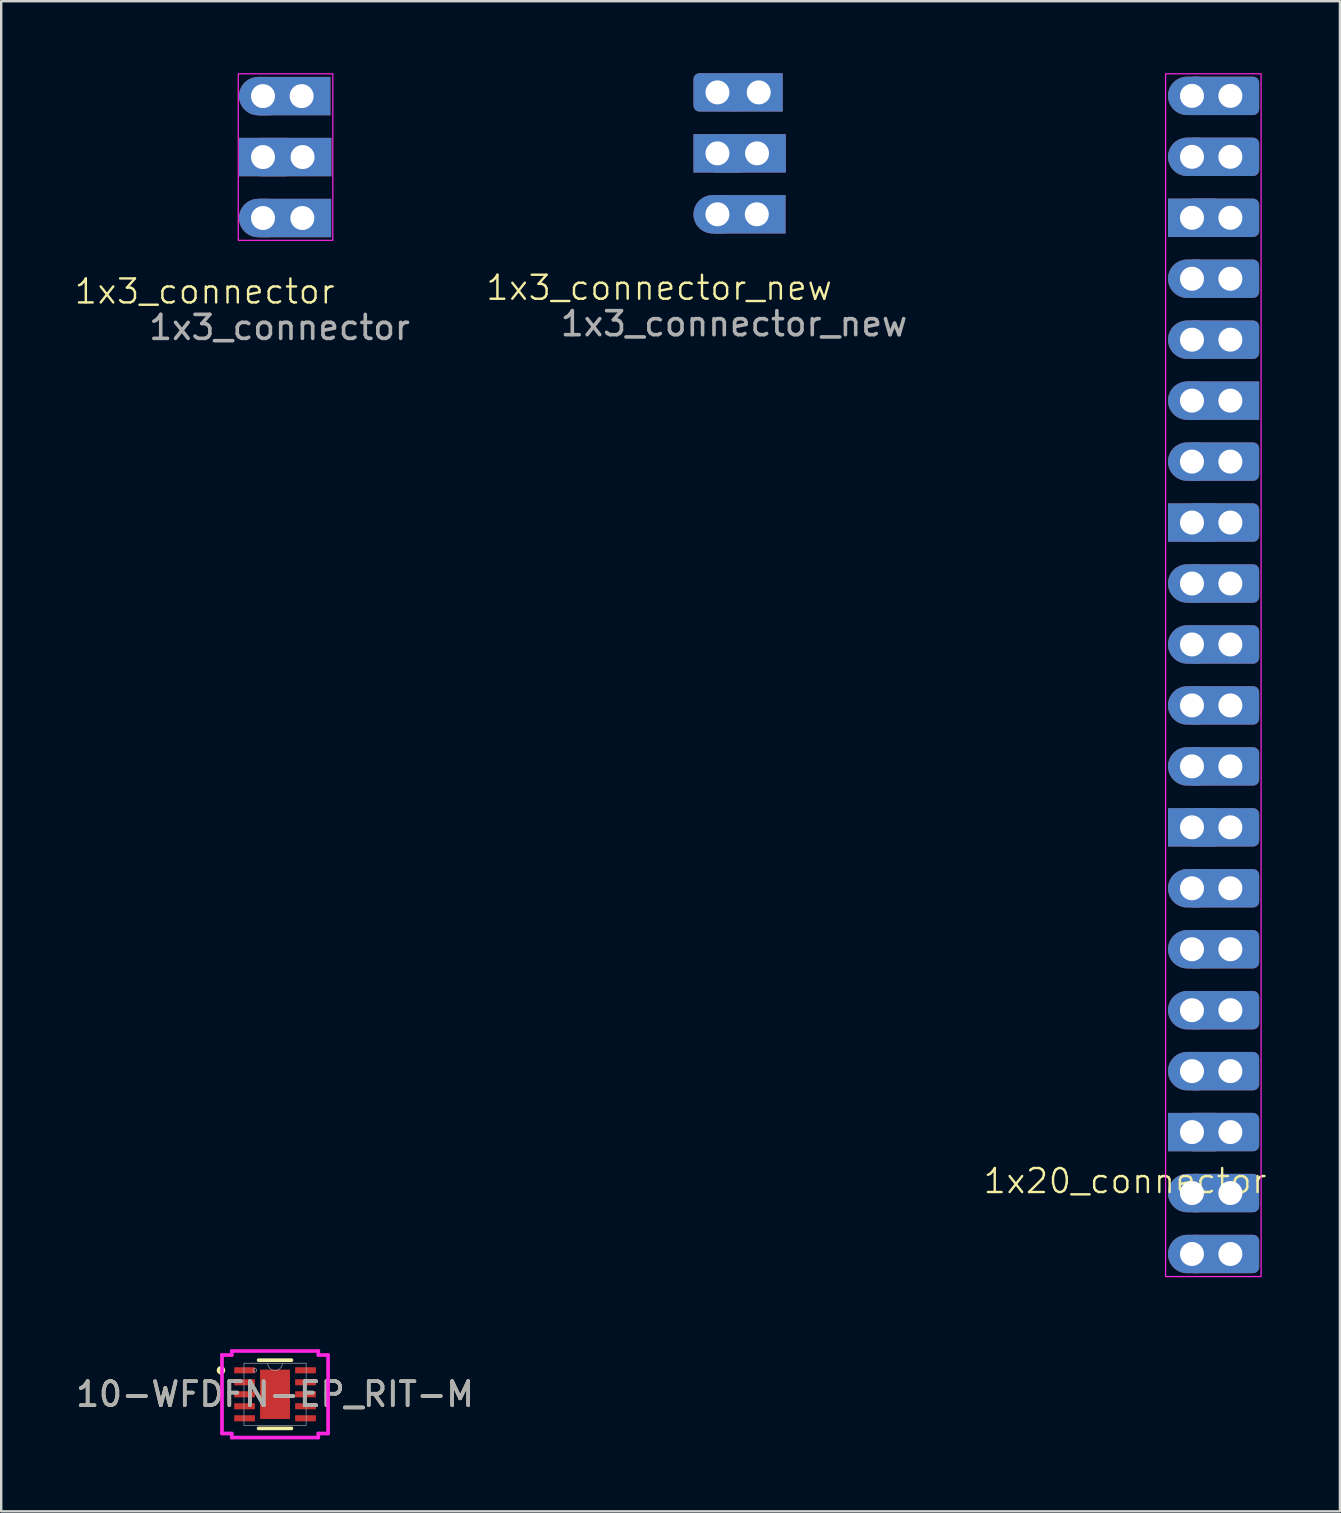
<source format=kicad_pcb>
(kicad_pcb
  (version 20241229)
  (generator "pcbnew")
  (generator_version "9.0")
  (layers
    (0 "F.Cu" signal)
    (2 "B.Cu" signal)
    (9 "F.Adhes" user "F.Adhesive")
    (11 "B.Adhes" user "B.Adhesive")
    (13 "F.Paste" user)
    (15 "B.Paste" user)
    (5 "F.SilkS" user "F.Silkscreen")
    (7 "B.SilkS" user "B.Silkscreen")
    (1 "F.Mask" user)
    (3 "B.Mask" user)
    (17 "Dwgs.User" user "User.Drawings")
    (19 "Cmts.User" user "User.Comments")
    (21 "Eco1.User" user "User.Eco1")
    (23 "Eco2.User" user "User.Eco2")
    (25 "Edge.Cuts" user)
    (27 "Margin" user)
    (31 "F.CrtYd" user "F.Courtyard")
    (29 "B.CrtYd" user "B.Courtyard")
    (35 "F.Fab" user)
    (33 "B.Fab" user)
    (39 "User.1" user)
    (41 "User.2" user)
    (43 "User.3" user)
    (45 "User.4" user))
  (footprint "1x3_connector_new"
    (layer "F.Cu")
    (at 26.846 3.34)
    (property "Reference" "1x3_connector_new" (at -2.43 5.6 0) (unlocked yes) (layer "F.SilkS") (effects (font (size 1 1) (thickness 0.1))))
    (attr through_hole)
    (fp_text user "${REFERENCE}" (at 0.69 7.1 0) (unlocked yes) (layer "F.Fab") (effects (font (size 1 1) (thickness 0.15))))
    (pad "1" thru_hole roundrect (at 0 -2.54) (size 2 1.6) (drill 1) (layers "*.Cu" "*.Mask") (roundrect_rratio 0.156))
    (pad "1" thru_hole rect (at 1.72 -2.54) (size 2 1.6) (drill 1) (property pad_prop_castellated) (layers "*.Cu" "*.Mask"))
    (pad "2" thru_hole rect (at 0 0) (size 2 1.6) (drill 1) (layers "*.Cu" "*.Mask"))
    (pad "2" thru_hole custom (at 1.65 0) (size 3 1.6) (drill 1 (offset -0.3 0)) (property pad_prop_castellated) (layers "*.Cu" "*.Mask") (options (anchor rect)) (primitives))
    (pad "3" thru_hole oval (at 0 2.54) (size 2 1.6) (drill 1) (layers "*.Cu" "*.Mask"))
    (pad "3" thru_hole custom (at 1.64 2.54) (size 3 1.6) (drill 1 (offset -0.3 0)) (property pad_prop_castellated) (layers "*.Cu" "*.Mask") (options (anchor rect)) (primitives)))
  (footprint "1x3_connector"
    (layer "F.Cu")
    (at 7.909 3.495)
    (property "Reference" "1x3_connector" (at -2.43 5.6 0) (unlocked yes) (layer "F.SilkS") (effects (font (size 1 1) (thickness 0.1))))
    (attr through_hole)
    (fp_rect (start -1.03 -3.47) (end 2.91 3.47) (stroke (width 0.05) (type default)) (fill no) (layer "F.CrtYd"))
    (fp_text user "${REFERENCE}" (at 0.69 7.1 0) (unlocked yes) (layer "F.Fab") (effects (font (size 1 1) (thickness 0.15))))
    (pad "1" thru_hole oval (at 0 -2.54) (size 2 1.6) (drill 1) (layers "*.Cu" "*.Mask"))
    (pad "1" thru_hole custom (at 1.61 -2.54) (size 3 1.6) (drill 1 (offset -0.3 0)) (property pad_prop_castellated) (layers "*.Cu" "*.Mask") (options (anchor rect)) (primitives))
    (pad "2" thru_hole rect (at 0 0) (size 2 1.6) (drill 1) (layers "*.Cu" "*.Mask"))
    (pad "2" thru_hole custom (at 1.65 0) (size 3 1.6) (drill 1 (offset -0.3 0)) (property pad_prop_castellated) (layers "*.Cu" "*.Mask") (options (anchor rect)) (primitives))
    (pad "3" thru_hole oval (at 0 2.54) (size 2 1.6) (drill 1) (layers "*.Cu" "*.Mask"))
    (pad "3" thru_hole custom (at 1.64 2.54) (size 3 1.6) (drill 1 (offset -0.3 0)) (property pad_prop_castellated) (layers "*.Cu" "*.Mask") (options (anchor rect)) (primitives)))
  (footprint "10-WFDFN-EP_RIT-M"
    (layer "F.Cu")
    (at 8.411 55.05)
    (property "Reference" "10-WFDFN-EP_RIT-M" (at 0 0 0) (unlocked yes) (layer "F.SilkS") (effects (font (size 1 1) (thickness 0.15))))
    (attr smd)
    (fp_line (start -0.685 1.422) (end 0.685 1.422) (stroke (width 0.152) (type solid)) (layer "F.SilkS"))
    (fp_line (start 0.685 -1.422) (end -0.685 -1.422) (stroke (width 0.152) (type solid)) (layer "F.SilkS"))
    (fp_circle (center -2.253 -1) (end -2.151 -1) (stroke (width 0.152) (type solid)) (fill no) (layer "F.SilkS"))
    (fp_line (start -2.21 -1.635) (end -1.803 -1.635) (stroke (width 0.152) (type solid)) (layer "F.CrtYd"))
    (fp_line (start -2.21 1.635) (end -2.21 -1.635) (stroke (width 0.152) (type solid)) (layer "F.CrtYd"))
    (fp_line (start -2.21 1.635) (end -1.803 1.635) (stroke (width 0.152) (type solid)) (layer "F.CrtYd"))
    (fp_line (start -1.803 -1.803) (end 1.803 -1.803) (stroke (width 0.152) (type solid)) (layer "F.CrtYd"))
    (fp_line (start -1.803 -1.635) (end -1.803 -1.803) (stroke (width 0.152) (type solid)) (layer "F.CrtYd"))
    (fp_line (start -1.803 1.803) (end -1.803 1.635) (stroke (width 0.152) (type solid)) (layer "F.CrtYd"))
    (fp_line (start 1.803 -1.803) (end 1.803 -1.635) (stroke (width 0.152) (type solid)) (layer "F.CrtYd"))
    (fp_line (start 1.803 1.635) (end 1.803 1.803) (stroke (width 0.152) (type solid)) (layer "F.CrtYd"))
    (fp_line (start 1.803 1.803) (end -1.803 1.803) (stroke (width 0.152) (type solid)) (layer "F.CrtYd"))
    (fp_line (start 2.21 -1.635) (end 1.803 -1.635) (stroke (width 0.152) (type solid)) (layer "F.CrtYd"))
    (fp_line (start 2.21 -1.635) (end 2.21 1.635) (stroke (width 0.152) (type solid)) (layer "F.CrtYd"))
    (fp_line (start 2.21 1.635) (end 1.803 1.635) (stroke (width 0.152) (type solid)) (layer "F.CrtYd"))
    (fp_line (start -1.295 -1.295) (end -1.295 1.295) (stroke (width 0.025) (type solid)) (layer "F.Fab"))
    (fp_line (start -1.295 1.295) (end 1.295 1.295) (stroke (width 0.025) (type solid)) (layer "F.Fab"))
    (fp_line (start 1.295 -1.295) (end -1.295 -1.295) (stroke (width 0.025) (type solid)) (layer "F.Fab"))
    (fp_line (start 1.295 1.295) (end 1.295 -1.295) (stroke (width 0.025) (type solid)) (layer "F.Fab"))
    (fp_arc (start 0.3048 -1.2954) (mid 0 -0.9906) (end -0.3048 -1.2954) (stroke (width 0.0254) (type solid)) (layer "F.Fab"))
    (fp_circle (center -0.838 -1) (end -0.762 -1) (stroke (width 0.025) (type solid)) (fill no) (layer "F.Fab"))
    (fp_text user "${REFERENCE}" (at 0 0 0) (unlocked yes) (layer "F.Fab") (effects (font (size 1 1) (thickness 0.15))))
    (pad "1" smd rect (at -1.27 -1) (size 0.864 0.254) (layers "F.Cu" "F.Mask" "F.Paste"))
    (pad "2" smd rect (at -1.27 -0.5) (size 0.864 0.254) (layers "F.Cu" "F.Mask" "F.Paste"))
    (pad "3" smd rect (at -1.27 0) (size 0.864 0.254) (layers "F.Cu" "F.Mask" "F.Paste"))
    (pad "4" smd rect (at -1.27 0.5) (size 0.864 0.254) (layers "F.Cu" "F.Mask" "F.Paste"))
    (pad "5" smd rect (at -1.27 1) (size 0.864 0.254) (layers "F.Cu" "F.Mask" "F.Paste"))
    (pad "6" smd rect (at 1.27 1) (size 0.864 0.254) (layers "F.Cu" "F.Mask" "F.Paste"))
    (pad "7" smd rect (at 1.27 0.5) (size 0.864 0.254) (layers "F.Cu" "F.Mask" "F.Paste"))
    (pad "8" smd rect (at 1.27 0) (size 0.864 0.254) (layers "F.Cu" "F.Mask" "F.Paste"))
    (pad "9" smd rect (at 1.27 -0.5) (size 0.864 0.254) (layers "F.Cu" "F.Mask" "F.Paste"))
    (pad "10" smd rect (at 1.27 -1) (size 0.864 0.254) (layers "F.Cu" "F.Mask" "F.Paste"))
    (pad "11" smd rect (at 0 0) (size 1.245 2.057) (layers "F.Cu" "F.Mask" "F.Paste")))
  (footprint "1x20_connector"
    (layer "F.Cu")
    (at 46.62 26.345)
    (property "Reference" "1x20_connector" (at -2.79 19.82 0) (unlocked yes) (layer "F.SilkS") (effects (font (size 1 1) (thickness 0.1))))
    (attr through_hole)
    (fp_rect (start -1.1 -26.32) (end 2.88 23.8) (stroke (width 0.05) (type default)) (fill no) (layer "F.CrtYd"))
    (pad "1" thru_hole oval (at 0 -25.4) (size 2 1.6) (drill 1) (layers "*.Cu" "*.Mask"))
    (pad "1" thru_hole roundrect (at 1.6 -25.4) (size 3 1.6) (drill 1 (offset -0.3 0)) (property pad_prop_castellated) (layers "*.Cu" "*.Mask") (roundrect_rratio 0.156))
    (pad "2" thru_hole oval (at 0 -22.86) (size 2 1.6) (drill 1) (layers "*.Cu" "*.Mask"))
    (pad "2" thru_hole roundrect (at 1.6 -22.86) (size 3 1.6) (drill 1 (offset -0.3 0)) (property pad_prop_castellated) (layers "*.Cu" "*.Mask") (roundrect_rratio 0.156))
    (pad "3" thru_hole rect (at 0 -20.32) (size 2 1.6) (drill 1) (layers "*.Cu" "*.Mask"))
    (pad "3" thru_hole roundrect (at 1.6 -20.32) (size 3 1.6) (drill 1 (offset -0.3 0)) (property pad_prop_castellated) (layers "*.Cu" "*.Mask") (roundrect_rratio 0.156))
    (pad "4" thru_hole oval (at 0 -17.78) (size 2 1.6) (drill 1) (layers "*.Cu" "*.Mask"))
    (pad "4" thru_hole roundrect (at 1.6 -17.78) (size 3 1.6) (drill 1 (offset -0.3 0)) (property pad_prop_castellated) (layers "*.Cu" "*.Mask") (roundrect_rratio 0.156))
    (pad "5" thru_hole oval (at 0 -15.24) (size 2 1.6) (drill 1) (layers "*.Cu" "*.Mask"))
    (pad "5" thru_hole roundrect (at 1.6 -15.24) (size 3 1.6) (drill 1 (offset -0.3 0)) (property pad_prop_castellated) (layers "*.Cu" "*.Mask") (roundrect_rratio 0.156))
    (pad "6" thru_hole oval (at 0 -12.7) (size 2 1.6) (drill 1) (layers "*.Cu" "*.Mask"))
    (pad "6" thru_hole custom (at 1.6 -12.7) (size 3 1.6) (drill 1 (offset -0.3 0)) (property pad_prop_castellated) (layers "*.Cu" "*.Mask") (options (anchor rect)) (primitives))
    (pad "7" thru_hole oval (at 0 -10.16) (size 2 1.6) (drill 1) (layers "*.Cu" "*.Mask"))
    (pad "7" thru_hole roundrect (at 1.6 -10.16) (size 3 1.6) (drill 1 (offset -0.3 0)) (property pad_prop_castellated) (layers "*.Cu" "*.Mask") (roundrect_rratio 0.156))
    (pad "8" thru_hole rect (at 0 -7.62) (size 2 1.6) (drill 1) (layers "*.Cu" "*.Mask"))
    (pad "8" thru_hole roundrect (at 1.6 -7.62) (size 3 1.6) (drill 1 (offset -0.3 0)) (property pad_prop_castellated) (layers "*.Cu" "*.Mask") (roundrect_rratio 0.156))
    (pad "9" thru_hole oval (at 0 -5.08) (size 2 1.6) (drill 1) (layers "*.Cu" "*.Mask"))
    (pad "9" thru_hole roundrect (at 1.6 -5.08) (size 3 1.6) (drill 1 (offset -0.3 0)) (property pad_prop_castellated) (layers "*.Cu" "*.Mask") (roundrect_rratio 0.156))
    (pad "10" thru_hole oval (at 0 -2.54) (size 2 1.6) (drill 1) (layers "*.Cu" "*.Mask"))
    (pad "10" thru_hole roundrect (at 1.6 -2.54) (size 3 1.6) (drill 1 (offset -0.3 0)) (property pad_prop_castellated) (layers "*.Cu" "*.Mask") (roundrect_rratio 0.156))
    (pad "11" thru_hole oval (at 0 0) (size 2 1.6) (drill 1) (layers "*.Cu" "*.Mask"))
    (pad "11" thru_hole roundrect (at 1.6 0) (size 3 1.6) (drill 1 (offset -0.3 0)) (property pad_prop_castellated) (layers "*.Cu" "*.Mask") (roundrect_rratio 0.156))
    (pad "12" thru_hole oval (at 0 2.54) (size 2 1.6) (drill 1) (layers "*.Cu" "*.Mask"))
    (pad "12" thru_hole roundrect (at 1.6 2.54) (size 3 1.6) (drill 1 (offset -0.3 0)) (property pad_prop_castellated) (layers "*.Cu" "*.Mask") (roundrect_rratio 0.156))
    (pad "13" thru_hole rect (at 0 5.08) (size 2 1.6) (drill 1) (layers "*.Cu" "*.Mask"))
    (pad "13" thru_hole roundrect (at 1.6 5.08) (size 3 1.6) (drill 1 (offset -0.3 0)) (property pad_prop_castellated) (layers "*.Cu" "*.Mask") (roundrect_rratio 0.156))
    (pad "14" thru_hole oval (at 0 7.62) (size 2 1.6) (drill 1) (layers "*.Cu" "*.Mask"))
    (pad "14" thru_hole roundrect (at 1.6 7.62) (size 3 1.6) (drill 1 (offset -0.3 0)) (property pad_prop_castellated) (layers "*.Cu" "*.Mask") (roundrect_rratio 0.156))
    (pad "15" thru_hole oval (at 0 10.16) (size 2 1.6) (drill 1) (layers "*.Cu" "*.Mask"))
    (pad "15" thru_hole roundrect (at 1.6 10.16) (size 3 1.6) (drill 1 (offset -0.3 0)) (property pad_prop_castellated) (layers "*.Cu" "*.Mask") (roundrect_rratio 0.156))
    (pad "16" thru_hole oval (at 0 12.7) (size 2 1.6) (drill 1) (layers "*.Cu" "*.Mask"))
    (pad "16" thru_hole roundrect (at 1.6 12.7) (size 3 1.6) (drill 1 (offset -0.3 0)) (property pad_prop_castellated) (layers "*.Cu" "*.Mask") (roundrect_rratio 0.156))
    (pad "17" thru_hole oval (at 0 15.24) (size 2 1.6) (drill 1) (layers "*.Cu" "*.Mask"))
    (pad "17" thru_hole roundrect (at 1.6 15.24) (size 3 1.6) (drill 1 (offset -0.3 0)) (property pad_prop_castellated) (layers "*.Cu" "*.Mask") (roundrect_rratio 0.156))
    (pad "18" thru_hole rect (at 0 17.78) (size 2 1.6) (drill 1) (layers "*.Cu" "*.Mask"))
    (pad "18" thru_hole roundrect (at 1.6 17.78) (size 3 1.6) (drill 1 (offset -0.3 0)) (property pad_prop_castellated) (layers "*.Cu" "*.Mask") (roundrect_rratio 0.156))
    (pad "19" thru_hole oval (at 0 20.32) (size 2 1.6) (drill 1) (layers "*.Cu" "*.Mask"))
    (pad "19" thru_hole roundrect (at 1.6 20.32) (size 3 1.6) (drill 1 (offset -0.3 0)) (property pad_prop_castellated) (layers "*.Cu" "*.Mask") (roundrect_rratio 0.156))
    (pad "20" thru_hole oval (at 0 22.86) (size 2 1.6) (drill 1) (layers "*.Cu" "*.Mask"))
    (pad "20" thru_hole roundrect (at 1.6 22.86) (size 3 1.6) (drill 1 (offset -0.3 0)) (property pad_prop_castellated) (layers "*.Cu" "*.Mask") (roundrect_rratio 0.156)))
  (gr_rect
    (start -3 -3)
    (end 52.785 59.929)
    (stroke (width 0.1) (type default))
    (fill no)
    (layer "Edge.Cuts")))
</source>
